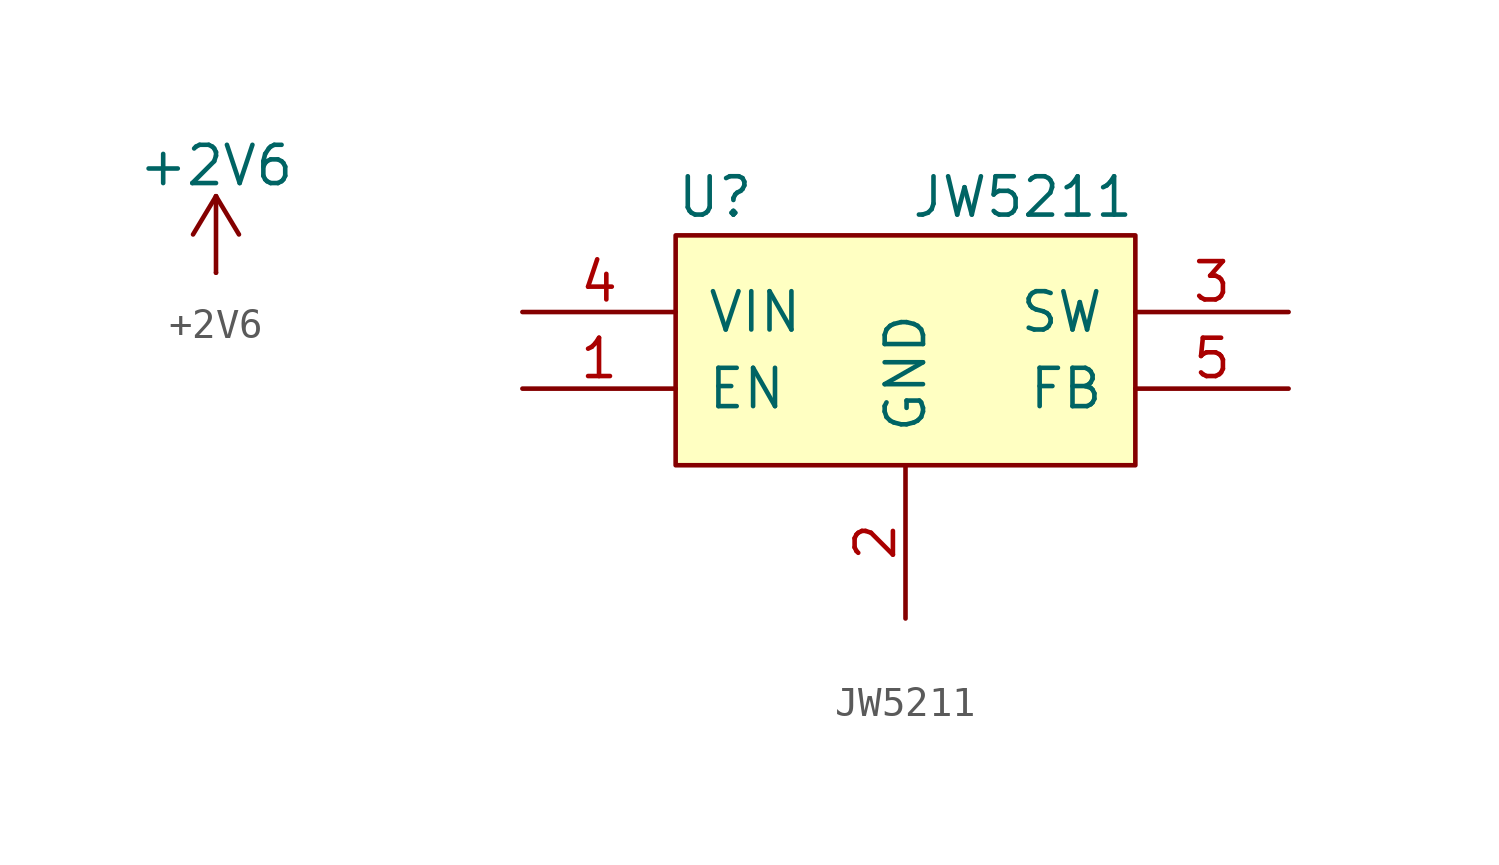
<source format=kicad_sym>
(kicad_symbol_lib
  (version 20241209)
  (generator "kicad_symbol_editor")
  (generator_version "9.0")
  (symbol "+2V6"
    (power)
    (pin_numbers
      (hide yes))
    (pin_names
      (offset 0)
      (hide yes))
    (property "Reference" "#PWR"
      (at 0 -3.81 0)
      (effects (font (size 1.27 1.27)) (hide yes)))
    (property "Value" "+2V6"
      (at 0 3.556 0)
      (effects (font (size 1.27 1.27))))
    (symbol "+2V6_0_1"
      (polyline (pts (xy -0.762 1.27) (xy 0 2.54)) (stroke (width 0) (type default)) (fill (type none)))
      (polyline (pts (xy 0 2.54) (xy 0.762 1.27)) (stroke (width 0) (type default)) (fill (type none)))
      (polyline (pts (xy 0 0) (xy 0 2.54)) (stroke (width 0) (type default)) (fill (type none))))
    (symbol "+2V6_1_1"
      (pin power_in line (at 0 0 90) (length 0) (name "~" (effects (font (size 1.27 1.27)))) (number "1" (effects (font (size 1.27 1.27)))))))
  (symbol "JW5211"
    (pin_names
      (offset 1.016))
    (property "Reference" "U"
      (at -7.62 5.08 0)
      (effects (font (size 1.27 1.27)) (justify left)))
    (property "Value" "JW5211"
      (at 7.62 5.08 0)
      (effects (font (size 1.27 1.27)) (justify right)))
    (symbol "JW5211_0_1"
      (rectangle (start 7.62 -3.81) (end -7.62 3.81) (stroke (width 0) (type default)) (fill (type background))))
    (symbol "JW5211_1_0"
      (pin power_in line (at -12.7 1.27 0) (length 5.08) (name "VIN" (effects (font (size 1.27 1.27)))) (number "4" (effects (font (size 1.27 1.27)))))
      (pin input line (at -12.7 -1.27 0) (length 5.08) (name "EN" (effects (font (size 1.27 1.27)))) (number "1" (effects (font (size 1.27 1.27)))))
      (pin power_in line (at 0 -8.89 90) (length 5.08) (name "GND" (effects (font (size 1.27 1.27)))) (number "2" (effects (font (size 1.27 1.27)))))
      (pin power_out line (at 12.7 1.27 180) (length 5.08) (name "SW" (effects (font (size 1.27 1.27)))) (number "3" (effects (font (size 1.27 1.27)))))
      (pin input line (at 12.7 -1.27 180) (length 5.08) (name "FB" (effects (font (size 1.27 1.27)))) (number "5" (effects (font (size 1.27 1.27))))))))
</source>
